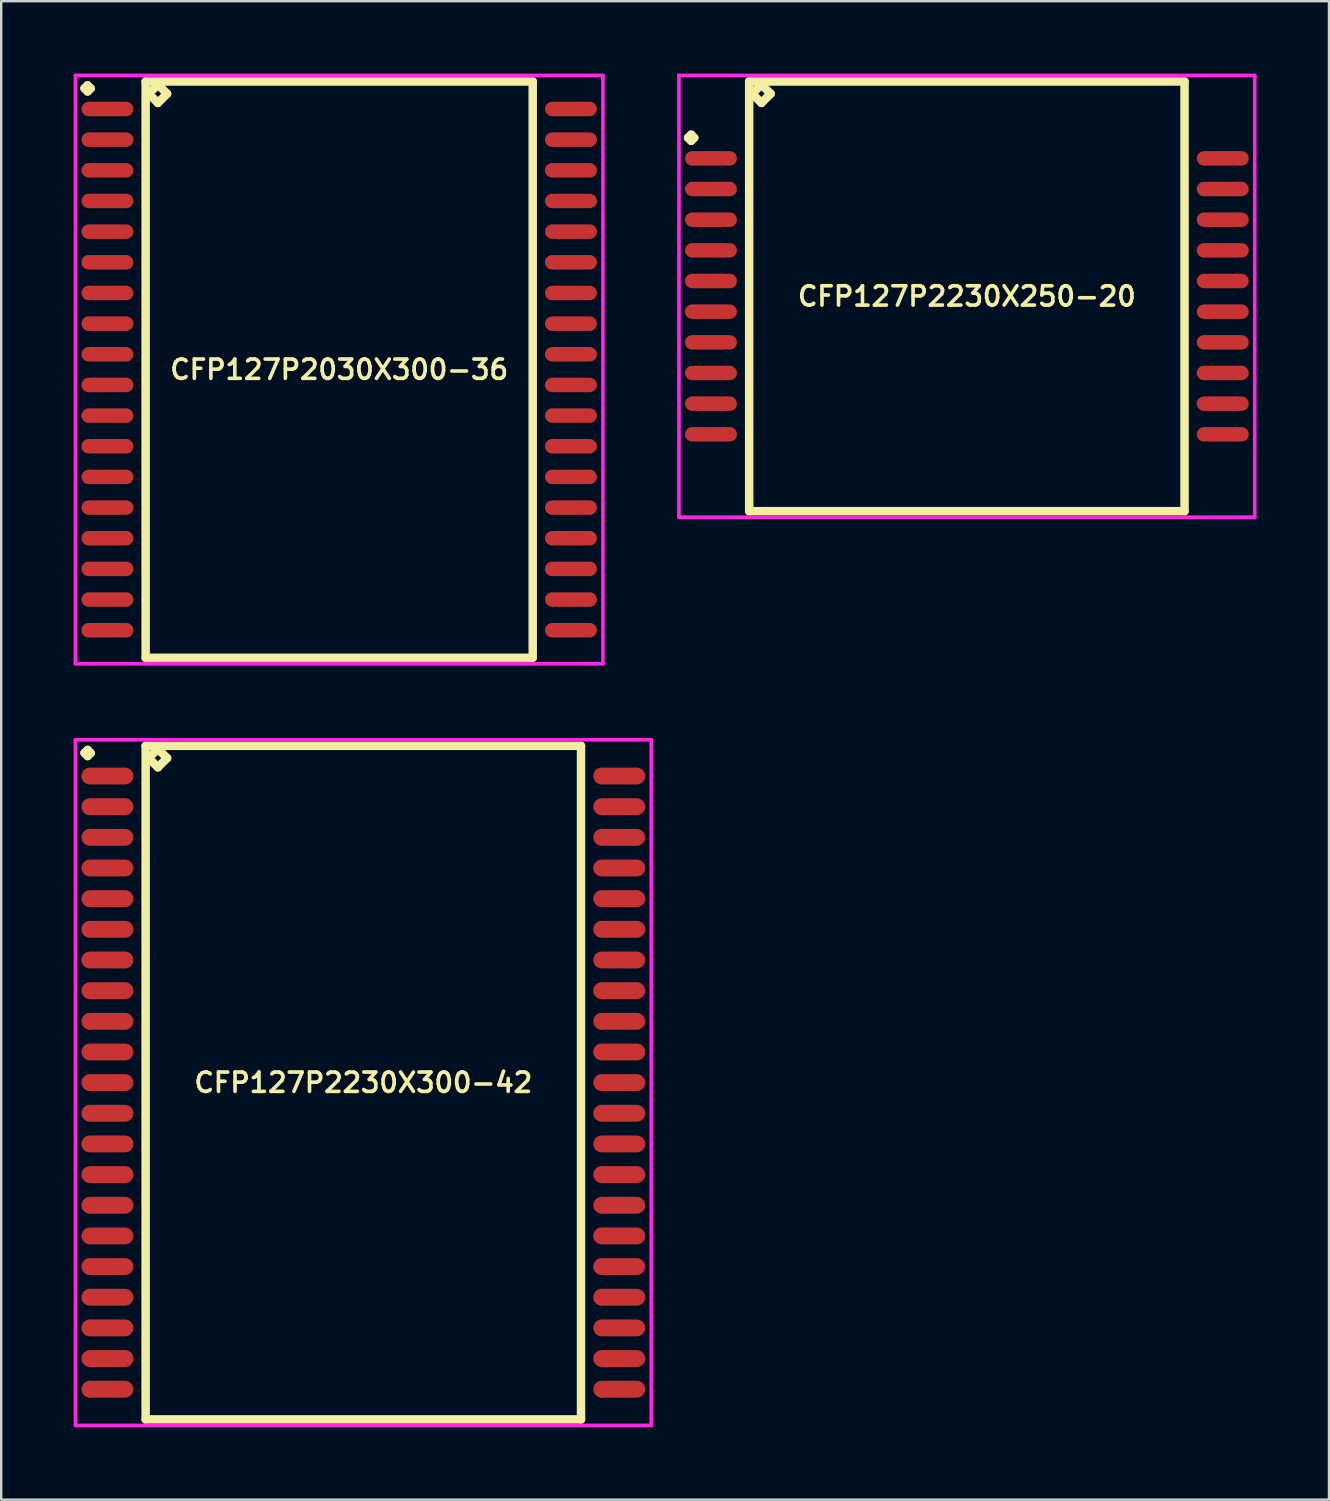
<source format=kicad_pcb>
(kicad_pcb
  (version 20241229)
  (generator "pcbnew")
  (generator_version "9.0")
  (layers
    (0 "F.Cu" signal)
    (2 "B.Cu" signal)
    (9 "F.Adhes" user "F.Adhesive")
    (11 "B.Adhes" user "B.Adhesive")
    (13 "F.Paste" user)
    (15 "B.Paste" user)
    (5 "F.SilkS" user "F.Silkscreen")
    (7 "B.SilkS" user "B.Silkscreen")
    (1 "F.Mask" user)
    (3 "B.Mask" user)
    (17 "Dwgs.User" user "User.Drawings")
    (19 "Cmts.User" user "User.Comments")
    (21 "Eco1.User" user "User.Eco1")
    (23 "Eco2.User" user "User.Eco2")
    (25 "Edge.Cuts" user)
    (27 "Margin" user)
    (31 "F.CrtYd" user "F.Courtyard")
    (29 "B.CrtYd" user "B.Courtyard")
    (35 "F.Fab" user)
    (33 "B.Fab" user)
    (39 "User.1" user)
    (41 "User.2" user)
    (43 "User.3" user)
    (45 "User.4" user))
  (footprint "CFP127P2230X300-42"
    (layer "F.Cu")
    (at 12 41.795)
    (property "Reference" "CFP127P2230X300-42" (at 0 0 0) (layer "F.SilkS") (effects (font (size 0.8 0.8) (thickness 0.15))))
    (attr smd)
    (fp_line (start -11.548 -13.654) (end -11.421 -13.781) (stroke (width 0.35) (type solid)) (layer "F.SilkS"))
    (fp_line (start -11.421 -13.781) (end -11.294 -13.654) (stroke (width 0.35) (type solid)) (layer "F.SilkS"))
    (fp_line (start -11.421 -13.527) (end -11.548 -13.654) (stroke (width 0.35) (type solid)) (layer "F.SilkS"))
    (fp_line (start -11.294 -13.654) (end -11.421 -13.527) (stroke (width 0.35) (type solid)) (layer "F.SilkS"))
    (fp_line (start -9.017 -13.95) (end -9.017 13.95) (stroke (width 0.35) (type solid)) (layer "F.SilkS"))
    (fp_line (start -9.017 13.95) (end 9.017 13.95) (stroke (width 0.35) (type solid)) (layer "F.SilkS"))
    (fp_line (start -8.89 -13.442) (end -8.509 -13.823) (stroke (width 0.35) (type solid)) (layer "F.SilkS"))
    (fp_line (start -8.509 -13.823) (end -8.128 -13.442) (stroke (width 0.35) (type solid)) (layer "F.SilkS"))
    (fp_line (start -8.509 -13.061) (end -8.89 -13.442) (stroke (width 0.35) (type solid)) (layer "F.SilkS"))
    (fp_line (start -8.128 -13.442) (end -8.509 -13.061) (stroke (width 0.35) (type solid)) (layer "F.SilkS"))
    (fp_line (start 9.017 -13.95) (end -9.017 -13.95) (stroke (width 0.35) (type solid)) (layer "F.SilkS"))
    (fp_line (start 9.017 13.95) (end 9.017 -13.95) (stroke (width 0.35) (type solid)) (layer "F.SilkS"))
    (fp_line (start -11.925 -14.2) (end 11.925 -14.2) (stroke (width 0.15) (type solid)) (layer "F.CrtYd"))
    (fp_line (start -11.925 14.2) (end -11.925 -14.2) (stroke (width 0.15) (type solid)) (layer "F.CrtYd"))
    (fp_line (start 11.925 -14.2) (end 11.925 14.2) (stroke (width 0.15) (type solid)) (layer "F.CrtYd"))
    (fp_line (start 11.925 14.2) (end -11.925 14.2) (stroke (width 0.15) (type solid)) (layer "F.CrtYd"))
    (pad "1" smd oval (at -10.6 -12.7) (size 2.15 0.7) (layers "F.Cu" "F.Mask" "F.Paste"))
    (pad "2" smd oval (at -10.6 -11.43) (size 2.15 0.7) (layers "F.Cu" "F.Mask" "F.Paste"))
    (pad "3" smd oval (at -10.6 -10.16) (size 2.15 0.7) (layers "F.Cu" "F.Mask" "F.Paste"))
    (pad "4" smd oval (at -10.6 -8.89) (size 2.15 0.7) (layers "F.Cu" "F.Mask" "F.Paste"))
    (pad "5" smd oval (at -10.6 -7.62) (size 2.15 0.7) (layers "F.Cu" "F.Mask" "F.Paste"))
    (pad "6" smd oval (at -10.6 -6.35) (size 2.15 0.7) (layers "F.Cu" "F.Mask" "F.Paste"))
    (pad "7" smd oval (at -10.6 -5.08) (size 2.15 0.7) (layers "F.Cu" "F.Mask" "F.Paste"))
    (pad "8" smd oval (at -10.6 -3.81) (size 2.15 0.7) (layers "F.Cu" "F.Mask" "F.Paste"))
    (pad "9" smd oval (at -10.6 -2.54) (size 2.15 0.7) (layers "F.Cu" "F.Mask" "F.Paste"))
    (pad "10" smd oval (at -10.6 -1.27) (size 2.15 0.7) (layers "F.Cu" "F.Mask" "F.Paste"))
    (pad "11" smd oval (at -10.6 0) (size 2.15 0.7) (layers "F.Cu" "F.Mask" "F.Paste"))
    (pad "12" smd oval (at -10.6 1.27) (size 2.15 0.7) (layers "F.Cu" "F.Mask" "F.Paste"))
    (pad "13" smd oval (at -10.6 2.54) (size 2.15 0.7) (layers "F.Cu" "F.Mask" "F.Paste"))
    (pad "14" smd oval (at -10.6 3.81) (size 2.15 0.7) (layers "F.Cu" "F.Mask" "F.Paste"))
    (pad "15" smd oval (at -10.6 5.08) (size 2.15 0.7) (layers "F.Cu" "F.Mask" "F.Paste"))
    (pad "16" smd oval (at -10.6 6.35) (size 2.15 0.7) (layers "F.Cu" "F.Mask" "F.Paste"))
    (pad "17" smd oval (at -10.6 7.62) (size 2.15 0.7) (layers "F.Cu" "F.Mask" "F.Paste"))
    (pad "18" smd oval (at -10.6 8.89) (size 2.15 0.7) (layers "F.Cu" "F.Mask" "F.Paste"))
    (pad "19" smd oval (at -10.6 10.16) (size 2.15 0.7) (layers "F.Cu" "F.Mask" "F.Paste"))
    (pad "20" smd oval (at -10.6 11.43) (size 2.15 0.7) (layers "F.Cu" "F.Mask" "F.Paste"))
    (pad "21" smd oval (at -10.6 12.7) (size 2.15 0.7) (layers "F.Cu" "F.Mask" "F.Paste"))
    (pad "22" smd oval (at 10.6 12.7) (size 2.15 0.7) (layers "F.Cu" "F.Mask" "F.Paste"))
    (pad "23" smd oval (at 10.6 11.43) (size 2.15 0.7) (layers "F.Cu" "F.Mask" "F.Paste"))
    (pad "24" smd oval (at 10.6 10.16) (size 2.15 0.7) (layers "F.Cu" "F.Mask" "F.Paste"))
    (pad "25" smd oval (at 10.6 8.89) (size 2.15 0.7) (layers "F.Cu" "F.Mask" "F.Paste"))
    (pad "26" smd oval (at 10.6 7.62) (size 2.15 0.7) (layers "F.Cu" "F.Mask" "F.Paste"))
    (pad "27" smd oval (at 10.6 6.35) (size 2.15 0.7) (layers "F.Cu" "F.Mask" "F.Paste"))
    (pad "28" smd oval (at 10.6 5.08) (size 2.15 0.7) (layers "F.Cu" "F.Mask" "F.Paste"))
    (pad "29" smd oval (at 10.6 3.81) (size 2.15 0.7) (layers "F.Cu" "F.Mask" "F.Paste"))
    (pad "30" smd oval (at 10.6 2.54) (size 2.15 0.7) (layers "F.Cu" "F.Mask" "F.Paste"))
    (pad "31" smd oval (at 10.6 1.27) (size 2.15 0.7) (layers "F.Cu" "F.Mask" "F.Paste"))
    (pad "32" smd oval (at 10.6 0) (size 2.15 0.7) (layers "F.Cu" "F.Mask" "F.Paste"))
    (pad "33" smd oval (at 10.6 -1.27) (size 2.15 0.7) (layers "F.Cu" "F.Mask" "F.Paste"))
    (pad "34" smd oval (at 10.6 -2.54) (size 2.15 0.7) (layers "F.Cu" "F.Mask" "F.Paste"))
    (pad "35" smd oval (at 10.6 -3.81) (size 2.15 0.7) (layers "F.Cu" "F.Mask" "F.Paste"))
    (pad "36" smd oval (at 10.6 -5.08) (size 2.15 0.7) (layers "F.Cu" "F.Mask" "F.Paste"))
    (pad "37" smd oval (at 10.6 -6.35) (size 2.15 0.7) (layers "F.Cu" "F.Mask" "F.Paste"))
    (pad "38" smd oval (at 10.6 -7.62) (size 2.15 0.7) (layers "F.Cu" "F.Mask" "F.Paste"))
    (pad "39" smd oval (at 10.6 -8.89) (size 2.15 0.7) (layers "F.Cu" "F.Mask" "F.Paste"))
    (pad "40" smd oval (at 10.6 -10.16) (size 2.15 0.7) (layers "F.Cu" "F.Mask" "F.Paste"))
    (pad "41" smd oval (at 10.6 -11.43) (size 2.15 0.7) (layers "F.Cu" "F.Mask" "F.Paste"))
    (pad "42" smd oval (at 10.6 -12.7) (size 2.15 0.7) (layers "F.Cu" "F.Mask" "F.Paste")))
  (footprint "CFP127P2030X300-36"
    (layer "F.Cu")
    (at 11 12.26)
    (property "Reference" "CFP127P2030X300-36" (at 0 0 0) (layer "F.SilkS") (effects (font (size 0.8 0.8) (thickness 0.15))))
    (attr smd)
    (fp_line (start -10.548 -11.649) (end -10.421 -11.776) (stroke (width 0.35) (type solid)) (layer "F.SilkS"))
    (fp_line (start -10.421 -11.776) (end -10.294 -11.649) (stroke (width 0.35) (type solid)) (layer "F.SilkS"))
    (fp_line (start -10.421 -11.522) (end -10.548 -11.649) (stroke (width 0.35) (type solid)) (layer "F.SilkS"))
    (fp_line (start -10.294 -11.649) (end -10.421 -11.522) (stroke (width 0.35) (type solid)) (layer "F.SilkS"))
    (fp_line (start -8.017 -11.935) (end -8.017 11.935) (stroke (width 0.35) (type solid)) (layer "F.SilkS"))
    (fp_line (start -8.017 11.935) (end 8.017 11.935) (stroke (width 0.35) (type solid)) (layer "F.SilkS"))
    (fp_line (start -7.89 -11.427) (end -7.509 -11.808) (stroke (width 0.35) (type solid)) (layer "F.SilkS"))
    (fp_line (start -7.509 -11.808) (end -7.128 -11.427) (stroke (width 0.35) (type solid)) (layer "F.SilkS"))
    (fp_line (start -7.509 -11.046) (end -7.89 -11.427) (stroke (width 0.35) (type solid)) (layer "F.SilkS"))
    (fp_line (start -7.128 -11.427) (end -7.509 -11.046) (stroke (width 0.35) (type solid)) (layer "F.SilkS"))
    (fp_line (start 8.017 -11.935) (end -8.017 -11.935) (stroke (width 0.35) (type solid)) (layer "F.SilkS"))
    (fp_line (start 8.017 11.935) (end 8.017 -11.935) (stroke (width 0.35) (type solid)) (layer "F.SilkS"))
    (fp_line (start -10.925 -12.185) (end 10.925 -12.185) (stroke (width 0.15) (type solid)) (layer "F.CrtYd"))
    (fp_line (start -10.925 12.185) (end -10.925 -12.185) (stroke (width 0.15) (type solid)) (layer "F.CrtYd"))
    (fp_line (start 10.925 -12.185) (end 10.925 12.185) (stroke (width 0.15) (type solid)) (layer "F.CrtYd"))
    (fp_line (start 10.925 12.185) (end -10.925 12.185) (stroke (width 0.15) (type solid)) (layer "F.CrtYd"))
    (pad "1" smd oval (at -9.6 -10.795) (size 2.15 0.6) (layers "F.Cu" "F.Mask" "F.Paste"))
    (pad "2" smd oval (at -9.6 -9.525) (size 2.15 0.6) (layers "F.Cu" "F.Mask" "F.Paste"))
    (pad "3" smd oval (at -9.6 -8.255) (size 2.15 0.6) (layers "F.Cu" "F.Mask" "F.Paste"))
    (pad "4" smd oval (at -9.6 -6.985) (size 2.15 0.6) (layers "F.Cu" "F.Mask" "F.Paste"))
    (pad "5" smd oval (at -9.6 -5.715) (size 2.15 0.6) (layers "F.Cu" "F.Mask" "F.Paste"))
    (pad "6" smd oval (at -9.6 -4.445) (size 2.15 0.6) (layers "F.Cu" "F.Mask" "F.Paste"))
    (pad "7" smd oval (at -9.6 -3.175) (size 2.15 0.6) (layers "F.Cu" "F.Mask" "F.Paste"))
    (pad "8" smd oval (at -9.6 -1.905) (size 2.15 0.6) (layers "F.Cu" "F.Mask" "F.Paste"))
    (pad "9" smd oval (at -9.6 -0.635) (size 2.15 0.6) (layers "F.Cu" "F.Mask" "F.Paste"))
    (pad "10" smd oval (at -9.6 0.635) (size 2.15 0.6) (layers "F.Cu" "F.Mask" "F.Paste"))
    (pad "11" smd oval (at -9.6 1.905) (size 2.15 0.6) (layers "F.Cu" "F.Mask" "F.Paste"))
    (pad "12" smd oval (at -9.6 3.175) (size 2.15 0.6) (layers "F.Cu" "F.Mask" "F.Paste"))
    (pad "13" smd oval (at -9.6 4.445) (size 2.15 0.6) (layers "F.Cu" "F.Mask" "F.Paste"))
    (pad "14" smd oval (at -9.6 5.715) (size 2.15 0.6) (layers "F.Cu" "F.Mask" "F.Paste"))
    (pad "15" smd oval (at -9.6 6.985) (size 2.15 0.6) (layers "F.Cu" "F.Mask" "F.Paste"))
    (pad "16" smd oval (at -9.6 8.255) (size 2.15 0.6) (layers "F.Cu" "F.Mask" "F.Paste"))
    (pad "17" smd oval (at -9.6 9.525) (size 2.15 0.6) (layers "F.Cu" "F.Mask" "F.Paste"))
    (pad "18" smd oval (at -9.6 10.795) (size 2.15 0.6) (layers "F.Cu" "F.Mask" "F.Paste"))
    (pad "19" smd oval (at 9.6 10.795) (size 2.15 0.6) (layers "F.Cu" "F.Mask" "F.Paste"))
    (pad "20" smd oval (at 9.6 9.525) (size 2.15 0.6) (layers "F.Cu" "F.Mask" "F.Paste"))
    (pad "21" smd oval (at 9.6 8.255) (size 2.15 0.6) (layers "F.Cu" "F.Mask" "F.Paste"))
    (pad "22" smd oval (at 9.6 6.985) (size 2.15 0.6) (layers "F.Cu" "F.Mask" "F.Paste"))
    (pad "23" smd oval (at 9.6 5.715) (size 2.15 0.6) (layers "F.Cu" "F.Mask" "F.Paste"))
    (pad "24" smd oval (at 9.6 4.445) (size 2.15 0.6) (layers "F.Cu" "F.Mask" "F.Paste"))
    (pad "25" smd oval (at 9.6 3.175) (size 2.15 0.6) (layers "F.Cu" "F.Mask" "F.Paste"))
    (pad "26" smd oval (at 9.6 1.905) (size 2.15 0.6) (layers "F.Cu" "F.Mask" "F.Paste"))
    (pad "27" smd oval (at 9.6 0.635) (size 2.15 0.6) (layers "F.Cu" "F.Mask" "F.Paste"))
    (pad "28" smd oval (at 9.6 -0.635) (size 2.15 0.6) (layers "F.Cu" "F.Mask" "F.Paste"))
    (pad "29" smd oval (at 9.6 -1.905) (size 2.15 0.6) (layers "F.Cu" "F.Mask" "F.Paste"))
    (pad "30" smd oval (at 9.6 -3.175) (size 2.15 0.6) (layers "F.Cu" "F.Mask" "F.Paste"))
    (pad "31" smd oval (at 9.6 -4.445) (size 2.15 0.6) (layers "F.Cu" "F.Mask" "F.Paste"))
    (pad "32" smd oval (at 9.6 -5.715) (size 2.15 0.6) (layers "F.Cu" "F.Mask" "F.Paste"))
    (pad "33" smd oval (at 9.6 -6.985) (size 2.15 0.6) (layers "F.Cu" "F.Mask" "F.Paste"))
    (pad "34" smd oval (at 9.6 -8.255) (size 2.15 0.6) (layers "F.Cu" "F.Mask" "F.Paste"))
    (pad "35" smd oval (at 9.6 -9.525) (size 2.15 0.6) (layers "F.Cu" "F.Mask" "F.Paste"))
    (pad "36" smd oval (at 9.6 -10.795) (size 2.15 0.6) (layers "F.Cu" "F.Mask" "F.Paste")))
  (footprint "CFP127P2230X250-20"
    (layer "F.Cu")
    (at 37 9.225)
    (property "Reference" "CFP127P2230X250-20" (at 0 0 0) (layer "F.SilkS") (effects (font (size 0.8 0.8) (thickness 0.15))))
    (attr smd)
    (fp_line (start -11.548 -6.569) (end -11.421 -6.696) (stroke (width 0.35) (type solid)) (layer "F.SilkS"))
    (fp_line (start -11.421 -6.696) (end -11.294 -6.569) (stroke (width 0.35) (type solid)) (layer "F.SilkS"))
    (fp_line (start -11.421 -6.442) (end -11.548 -6.569) (stroke (width 0.35) (type solid)) (layer "F.SilkS"))
    (fp_line (start -11.294 -6.569) (end -11.421 -6.442) (stroke (width 0.35) (type solid)) (layer "F.SilkS"))
    (fp_line (start -9.017 -8.9) (end -9.017 8.9) (stroke (width 0.35) (type solid)) (layer "F.SilkS"))
    (fp_line (start -9.017 8.9) (end 9.017 8.9) (stroke (width 0.35) (type solid)) (layer "F.SilkS"))
    (fp_line (start -8.89 -8.392) (end -8.509 -8.773) (stroke (width 0.35) (type solid)) (layer "F.SilkS"))
    (fp_line (start -8.509 -8.773) (end -8.128 -8.392) (stroke (width 0.35) (type solid)) (layer "F.SilkS"))
    (fp_line (start -8.509 -8.011) (end -8.89 -8.392) (stroke (width 0.35) (type solid)) (layer "F.SilkS"))
    (fp_line (start -8.128 -8.392) (end -8.509 -8.011) (stroke (width 0.35) (type solid)) (layer "F.SilkS"))
    (fp_line (start 9.017 -8.9) (end -9.017 -8.9) (stroke (width 0.35) (type solid)) (layer "F.SilkS"))
    (fp_line (start 9.017 8.9) (end 9.017 -8.9) (stroke (width 0.35) (type solid)) (layer "F.SilkS"))
    (fp_line (start -11.925 -9.15) (end 11.925 -9.15) (stroke (width 0.15) (type solid)) (layer "F.CrtYd"))
    (fp_line (start -11.925 9.15) (end -11.925 -9.15) (stroke (width 0.15) (type solid)) (layer "F.CrtYd"))
    (fp_line (start 11.925 -9.15) (end 11.925 9.15) (stroke (width 0.15) (type solid)) (layer "F.CrtYd"))
    (fp_line (start 11.925 9.15) (end -11.925 9.15) (stroke (width 0.15) (type solid)) (layer "F.CrtYd"))
    (pad "1" smd oval (at -10.6 -5.715) (size 2.15 0.6) (layers "F.Cu" "F.Mask" "F.Paste"))
    (pad "2" smd oval (at -10.6 -4.445) (size 2.15 0.6) (layers "F.Cu" "F.Mask" "F.Paste"))
    (pad "3" smd oval (at -10.6 -3.175) (size 2.15 0.6) (layers "F.Cu" "F.Mask" "F.Paste"))
    (pad "4" smd oval (at -10.6 -1.905) (size 2.15 0.6) (layers "F.Cu" "F.Mask" "F.Paste"))
    (pad "5" smd oval (at -10.6 -0.635) (size 2.15 0.6) (layers "F.Cu" "F.Mask" "F.Paste"))
    (pad "6" smd oval (at -10.6 0.635) (size 2.15 0.6) (layers "F.Cu" "F.Mask" "F.Paste"))
    (pad "7" smd oval (at -10.6 1.905) (size 2.15 0.6) (layers "F.Cu" "F.Mask" "F.Paste"))
    (pad "8" smd oval (at -10.6 3.175) (size 2.15 0.6) (layers "F.Cu" "F.Mask" "F.Paste"))
    (pad "9" smd oval (at -10.6 4.445) (size 2.15 0.6) (layers "F.Cu" "F.Mask" "F.Paste"))
    (pad "10" smd oval (at -10.6 5.715) (size 2.15 0.6) (layers "F.Cu" "F.Mask" "F.Paste"))
    (pad "11" smd oval (at 10.6 5.715) (size 2.15 0.6) (layers "F.Cu" "F.Mask" "F.Paste"))
    (pad "12" smd oval (at 10.6 4.445) (size 2.15 0.6) (layers "F.Cu" "F.Mask" "F.Paste"))
    (pad "13" smd oval (at 10.6 3.175) (size 2.15 0.6) (layers "F.Cu" "F.Mask" "F.Paste"))
    (pad "14" smd oval (at 10.6 1.905) (size 2.15 0.6) (layers "F.Cu" "F.Mask" "F.Paste"))
    (pad "15" smd oval (at 10.6 0.635) (size 2.15 0.6) (layers "F.Cu" "F.Mask" "F.Paste"))
    (pad "16" smd oval (at 10.6 -0.635) (size 2.15 0.6) (layers "F.Cu" "F.Mask" "F.Paste"))
    (pad "17" smd oval (at 10.6 -1.905) (size 2.15 0.6) (layers "F.Cu" "F.Mask" "F.Paste"))
    (pad "18" smd oval (at 10.6 -3.175) (size 2.15 0.6) (layers "F.Cu" "F.Mask" "F.Paste"))
    (pad "19" smd oval (at 10.6 -4.445) (size 2.15 0.6) (layers "F.Cu" "F.Mask" "F.Paste"))
    (pad "20" smd oval (at 10.6 -5.715) (size 2.15 0.6) (layers "F.Cu" "F.Mask" "F.Paste")))
  (gr_rect
    (start -3 -3)
    (end 52 59.07)
    (stroke (width 0.1) (type default))
    (fill no)
    (layer "Edge.Cuts")))
</source>
